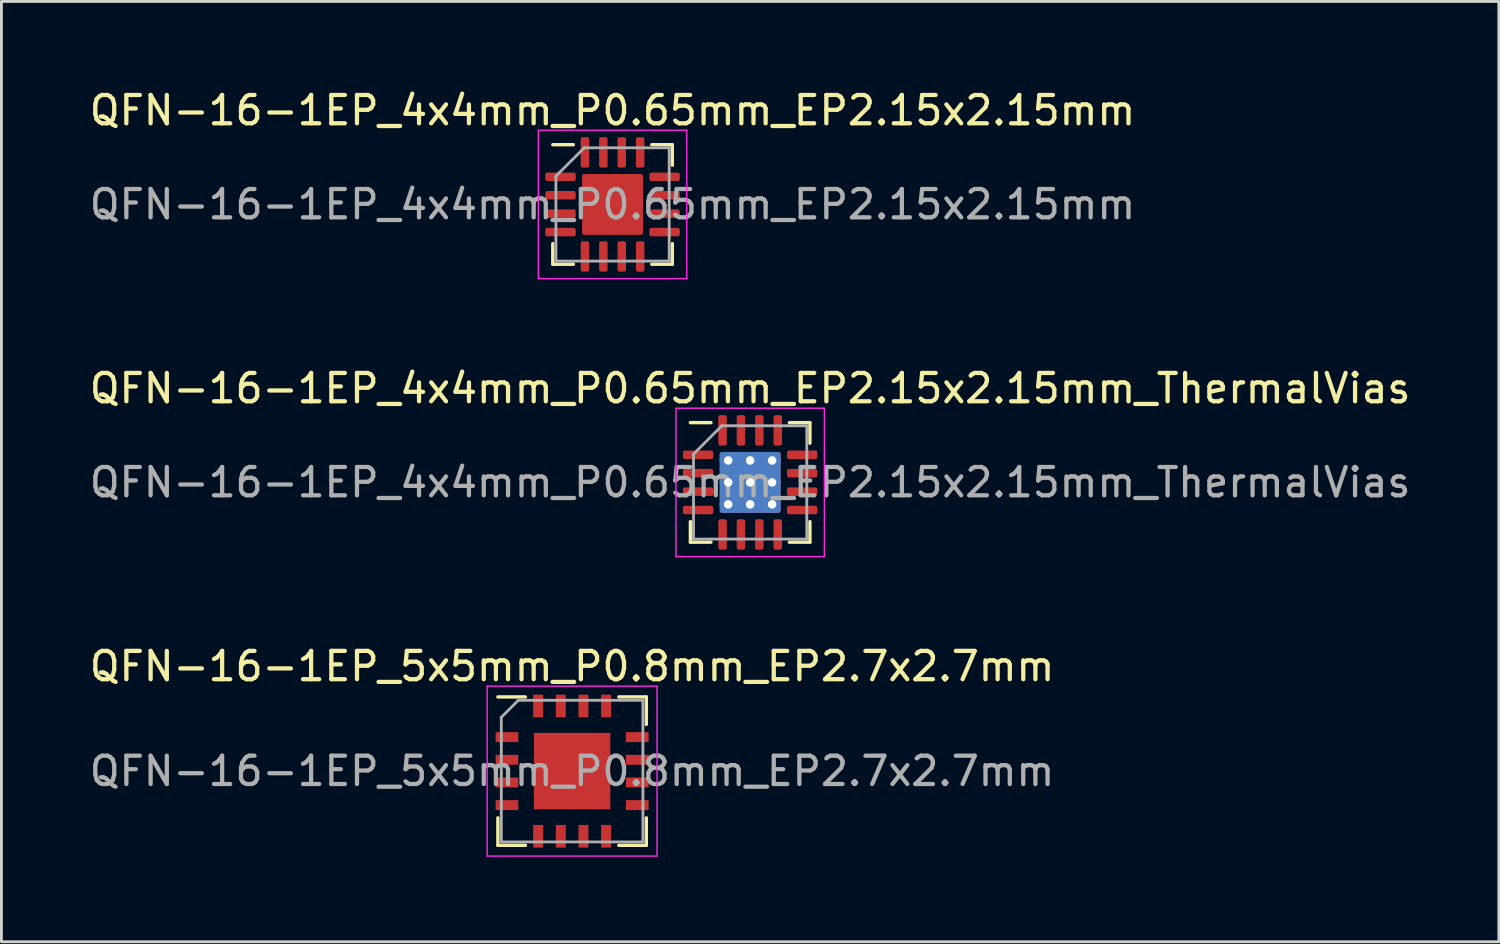
<source format=kicad_pcb>
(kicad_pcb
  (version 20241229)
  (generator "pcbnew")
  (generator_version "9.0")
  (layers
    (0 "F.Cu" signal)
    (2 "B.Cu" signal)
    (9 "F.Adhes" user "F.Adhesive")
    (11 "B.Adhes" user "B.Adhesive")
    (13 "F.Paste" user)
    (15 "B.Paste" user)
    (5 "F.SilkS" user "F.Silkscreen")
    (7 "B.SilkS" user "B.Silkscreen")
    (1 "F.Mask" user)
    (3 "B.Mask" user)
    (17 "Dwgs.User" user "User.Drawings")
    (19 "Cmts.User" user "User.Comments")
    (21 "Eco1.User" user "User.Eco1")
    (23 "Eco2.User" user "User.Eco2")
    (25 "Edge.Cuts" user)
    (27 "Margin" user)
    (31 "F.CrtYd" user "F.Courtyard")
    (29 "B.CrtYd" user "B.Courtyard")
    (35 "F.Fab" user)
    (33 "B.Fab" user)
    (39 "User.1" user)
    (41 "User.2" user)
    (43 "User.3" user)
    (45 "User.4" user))
  (footprint "QFN-16-1EP_4x4mm_P0.65mm_EP2.15x2.15mm"
    (layer "F.Cu")
    (at 18.577 4.168)
    (property "Reference" "QFN-16-1EP_4x4mm_P0.65mm_EP2.15x2.15mm" (at 0 -3.32 0) (layer "F.SilkS") (effects (font (size 1 1) (thickness 0.15))))
    (attr smd)
    (fp_line (start -2.11 2.11) (end -2.11 1.385) (stroke (width 0.12) (type solid)) (layer "F.SilkS"))
    (fp_line (start -1.385 -2.11) (end -2.11 -2.11) (stroke (width 0.12) (type solid)) (layer "F.SilkS"))
    (fp_line (start -1.385 2.11) (end -2.11 2.11) (stroke (width 0.12) (type solid)) (layer "F.SilkS"))
    (fp_line (start 1.385 -2.11) (end 2.11 -2.11) (stroke (width 0.12) (type solid)) (layer "F.SilkS"))
    (fp_line (start 1.385 2.11) (end 2.11 2.11) (stroke (width 0.12) (type solid)) (layer "F.SilkS"))
    (fp_line (start 2.11 -2.11) (end 2.11 -1.385) (stroke (width 0.12) (type solid)) (layer "F.SilkS"))
    (fp_line (start 2.11 2.11) (end 2.11 1.385) (stroke (width 0.12) (type solid)) (layer "F.SilkS"))
    (fp_line (start -2.62 -2.62) (end -2.62 2.62) (stroke (width 0.05) (type solid)) (layer "F.CrtYd"))
    (fp_line (start -2.62 2.62) (end 2.62 2.62) (stroke (width 0.05) (type solid)) (layer "F.CrtYd"))
    (fp_line (start 2.62 -2.62) (end -2.62 -2.62) (stroke (width 0.05) (type solid)) (layer "F.CrtYd"))
    (fp_line (start 2.62 2.62) (end 2.62 -2.62) (stroke (width 0.05) (type solid)) (layer "F.CrtYd"))
    (fp_line (start -2 -1) (end -1 -2) (stroke (width 0.1) (type solid)) (layer "F.Fab"))
    (fp_line (start -2 2) (end -2 -1) (stroke (width 0.1) (type solid)) (layer "F.Fab"))
    (fp_line (start -1 -2) (end 2 -2) (stroke (width 0.1) (type solid)) (layer "F.Fab"))
    (fp_line (start 2 -2) (end 2 2) (stroke (width 0.1) (type solid)) (layer "F.Fab"))
    (fp_line (start 2 2) (end -2 2) (stroke (width 0.1) (type solid)) (layer "F.Fab"))
    (fp_text user "${REFERENCE}" (at 0 0 0) (layer "F.Fab") (effects (font (size 1 1) (thickness 0.15))))
    (pad "" smd roundrect (at -0.54 -0.54) (size 0.87 0.87) (layers "F.Paste") (roundrect_rratio 0.25))
    (pad "" smd roundrect (at -0.54 0.54) (size 0.87 0.87) (layers "F.Paste") (roundrect_rratio 0.25))
    (pad "" smd roundrect (at 0.54 -0.54) (size 0.87 0.87) (layers "F.Paste") (roundrect_rratio 0.25))
    (pad "" smd roundrect (at 0.54 0.54) (size 0.87 0.87) (layers "F.Paste") (roundrect_rratio 0.25))
    (pad "1" smd roundrect (at -1.837 -0.975) (size 1.075 0.3) (layers "F.Cu" "F.Mask" "F.Paste") (roundrect_rratio 0.25))
    (pad "2" smd roundrect (at -1.837 -0.325) (size 1.075 0.3) (layers "F.Cu" "F.Mask" "F.Paste") (roundrect_rratio 0.25))
    (pad "3" smd roundrect (at -1.837 0.325) (size 1.075 0.3) (layers "F.Cu" "F.Mask" "F.Paste") (roundrect_rratio 0.25))
    (pad "4" smd roundrect (at -1.837 0.975) (size 1.075 0.3) (layers "F.Cu" "F.Mask" "F.Paste") (roundrect_rratio 0.25))
    (pad "5" smd roundrect (at -0.975 1.837) (size 0.3 1.075) (layers "F.Cu" "F.Mask" "F.Paste") (roundrect_rratio 0.25))
    (pad "6" smd roundrect (at -0.325 1.837) (size 0.3 1.075) (layers "F.Cu" "F.Mask" "F.Paste") (roundrect_rratio 0.25))
    (pad "7" smd roundrect (at 0.325 1.837) (size 0.3 1.075) (layers "F.Cu" "F.Mask" "F.Paste") (roundrect_rratio 0.25))
    (pad "8" smd roundrect (at 0.975 1.837) (size 0.3 1.075) (layers "F.Cu" "F.Mask" "F.Paste") (roundrect_rratio 0.25))
    (pad "9" smd roundrect (at 1.837 0.975) (size 1.075 0.3) (layers "F.Cu" "F.Mask" "F.Paste") (roundrect_rratio 0.25))
    (pad "10" smd roundrect (at 1.837 0.325) (size 1.075 0.3) (layers "F.Cu" "F.Mask" "F.Paste") (roundrect_rratio 0.25))
    (pad "11" smd roundrect (at 1.837 -0.325) (size 1.075 0.3) (layers "F.Cu" "F.Mask" "F.Paste") (roundrect_rratio 0.25))
    (pad "12" smd roundrect (at 1.837 -0.975) (size 1.075 0.3) (layers "F.Cu" "F.Mask" "F.Paste") (roundrect_rratio 0.25))
    (pad "13" smd roundrect (at 0.975 -1.837) (size 0.3 1.075) (layers "F.Cu" "F.Mask" "F.Paste") (roundrect_rratio 0.25))
    (pad "14" smd roundrect (at 0.325 -1.837) (size 0.3 1.075) (layers "F.Cu" "F.Mask" "F.Paste") (roundrect_rratio 0.25))
    (pad "15" smd roundrect (at -0.325 -1.837) (size 0.3 1.075) (layers "F.Cu" "F.Mask" "F.Paste") (roundrect_rratio 0.25))
    (pad "16" smd roundrect (at -0.975 -1.837) (size 0.3 1.075) (layers "F.Cu" "F.Mask" "F.Paste") (roundrect_rratio 0.25))
    (pad "17" smd roundrect (at 0 0) (size 2.15 2.15) (layers "F.Cu" "F.Mask") (roundrect_rratio 0.035)))
  (footprint "QFN-16-1EP_5x5mm_P0.8mm_EP2.7x2.7mm"
    (layer "F.Cu")
    (at 17.149 24.175)
    (property "Reference" "QFN-16-1EP_5x5mm_P0.8mm_EP2.7x2.7mm" (at 0 -3.7 0) (layer "F.SilkS") (effects (font (size 1 1) (thickness 0.15))))
    (attr smd)
    (fp_line (start -2.62 -2.62) (end -1.65 -2.62) (stroke (width 0.12) (type solid)) (layer "F.SilkS"))
    (fp_line (start -2.62 2.62) (end -2.62 1.65) (stroke (width 0.12) (type solid)) (layer "F.SilkS"))
    (fp_line (start -2.62 2.62) (end -1.65 2.62) (stroke (width 0.12) (type solid)) (layer "F.SilkS"))
    (fp_line (start 2.62 -2.62) (end 1.65 -2.62) (stroke (width 0.12) (type solid)) (layer "F.SilkS"))
    (fp_line (start 2.62 -2.62) (end 2.62 -1.65) (stroke (width 0.12) (type solid)) (layer "F.SilkS"))
    (fp_line (start 2.62 2.62) (end 1.65 2.62) (stroke (width 0.12) (type solid)) (layer "F.SilkS"))
    (fp_line (start 2.62 2.62) (end 2.62 1.65) (stroke (width 0.12) (type solid)) (layer "F.SilkS"))
    (fp_line (start -3 -3) (end -3 3) (stroke (width 0.05) (type solid)) (layer "F.CrtYd"))
    (fp_line (start -3 -3) (end 3 -3) (stroke (width 0.05) (type solid)) (layer "F.CrtYd"))
    (fp_line (start -3 3) (end 3 3) (stroke (width 0.05) (type solid)) (layer "F.CrtYd"))
    (fp_line (start 3 -3) (end 3 3) (stroke (width 0.05) (type solid)) (layer "F.CrtYd"))
    (fp_line (start -2.5 -1.9) (end -1.9 -2.5) (stroke (width 0.1) (type solid)) (layer "F.Fab"))
    (fp_line (start -2.5 2.5) (end -2.5 -1.9) (stroke (width 0.1) (type solid)) (layer "F.Fab"))
    (fp_line (start -1.9 -2.5) (end 2.5 -2.5) (stroke (width 0.1) (type solid)) (layer "F.Fab"))
    (fp_line (start 2.5 -2.5) (end 2.5 2.5) (stroke (width 0.1) (type solid)) (layer "F.Fab"))
    (fp_line (start 2.5 2.5) (end -2.5 2.5) (stroke (width 0.1) (type solid)) (layer "F.Fab"))
    (fp_text user "${REFERENCE}" (at 0 0 0) (layer "F.Fab") (effects (font (size 1 1) (thickness 0.15))))
    (pad "" smd rect (at -0.675 -0.675) (size 1.1 1.1) (layers "F.Paste"))
    (pad "" smd rect (at -0.675 0.675) (size 1.1 1.1) (layers "F.Paste"))
    (pad "" smd rect (at 0.675 -0.675) (size 1.1 1.1) (layers "F.Paste"))
    (pad "" smd rect (at 0.675 0.675) (size 1.1 1.1) (layers "F.Paste"))
    (pad "1" smd rect (at -2.3 -1.2) (size 0.8 0.35) (layers "F.Cu" "F.Mask" "F.Paste"))
    (pad "2" smd rect (at -2.3 -0.4) (size 0.8 0.35) (layers "F.Cu" "F.Mask" "F.Paste"))
    (pad "3" smd rect (at -2.3 0.4) (size 0.8 0.35) (layers "F.Cu" "F.Mask" "F.Paste"))
    (pad "4" smd rect (at -2.3 1.2) (size 0.8 0.35) (layers "F.Cu" "F.Mask" "F.Paste"))
    (pad "5" smd rect (at -1.2 2.3 90) (size 0.8 0.35) (layers "F.Cu" "F.Mask" "F.Paste"))
    (pad "6" smd rect (at -0.4 2.3 90) (size 0.8 0.35) (layers "F.Cu" "F.Mask" "F.Paste"))
    (pad "7" smd rect (at 0.4 2.3 90) (size 0.8 0.35) (layers "F.Cu" "F.Mask" "F.Paste"))
    (pad "8" smd rect (at 1.2 2.3 90) (size 0.8 0.35) (layers "F.Cu" "F.Mask" "F.Paste"))
    (pad "9" smd rect (at 2.3 1.2) (size 0.8 0.35) (layers "F.Cu" "F.Mask" "F.Paste"))
    (pad "10" smd rect (at 2.3 0.4) (size 0.8 0.35) (layers "F.Cu" "F.Mask" "F.Paste"))
    (pad "11" smd rect (at 2.3 -0.4) (size 0.8 0.35) (layers "F.Cu" "F.Mask" "F.Paste"))
    (pad "12" smd rect (at 2.3 -1.2) (size 0.8 0.35) (layers "F.Cu" "F.Mask" "F.Paste"))
    (pad "13" smd rect (at 1.2 -2.3 90) (size 0.8 0.35) (layers "F.Cu" "F.Mask" "F.Paste"))
    (pad "14" smd rect (at 0.4 -2.3 90) (size 0.8 0.35) (layers "F.Cu" "F.Mask" "F.Paste"))
    (pad "15" smd rect (at -0.4 -2.3 90) (size 0.8 0.35) (layers "F.Cu" "F.Mask" "F.Paste"))
    (pad "16" smd rect (at -1.2 -2.3 90) (size 0.8 0.35) (layers "F.Cu" "F.Mask" "F.Paste"))
    (pad "17" smd rect (at 0 0) (size 2.7 2.7) (layers "F.Cu" "F.Mask")))
  (footprint "QFN-16-1EP_4x4mm_P0.65mm_EP2.15x2.15mm_ThermalVias"
    (layer "F.Cu")
    (at 23.435 13.982)
    (property "Reference" "QFN-16-1EP_4x4mm_P0.65mm_EP2.15x2.15mm_ThermalVias" (at 0 -3.32 0) (layer "F.SilkS") (effects (font (size 1 1) (thickness 0.15))))
    (attr smd)
    (fp_line (start -2.11 2.11) (end -2.11 1.385) (stroke (width 0.12) (type solid)) (layer "F.SilkS"))
    (fp_line (start -1.385 -2.11) (end -2.11 -2.11) (stroke (width 0.12) (type solid)) (layer "F.SilkS"))
    (fp_line (start -1.385 2.11) (end -2.11 2.11) (stroke (width 0.12) (type solid)) (layer "F.SilkS"))
    (fp_line (start 1.385 -2.11) (end 2.11 -2.11) (stroke (width 0.12) (type solid)) (layer "F.SilkS"))
    (fp_line (start 1.385 2.11) (end 2.11 2.11) (stroke (width 0.12) (type solid)) (layer "F.SilkS"))
    (fp_line (start 2.11 -2.11) (end 2.11 -1.385) (stroke (width 0.12) (type solid)) (layer "F.SilkS"))
    (fp_line (start 2.11 2.11) (end 2.11 1.385) (stroke (width 0.12) (type solid)) (layer "F.SilkS"))
    (fp_line (start -2.62 -2.62) (end -2.62 2.62) (stroke (width 0.05) (type solid)) (layer "F.CrtYd"))
    (fp_line (start -2.62 2.62) (end 2.62 2.62) (stroke (width 0.05) (type solid)) (layer "F.CrtYd"))
    (fp_line (start 2.62 -2.62) (end -2.62 -2.62) (stroke (width 0.05) (type solid)) (layer "F.CrtYd"))
    (fp_line (start 2.62 2.62) (end 2.62 -2.62) (stroke (width 0.05) (type solid)) (layer "F.CrtYd"))
    (fp_line (start -2 -1) (end -1 -2) (stroke (width 0.1) (type solid)) (layer "F.Fab"))
    (fp_line (start -2 2) (end -2 -1) (stroke (width 0.1) (type solid)) (layer "F.Fab"))
    (fp_line (start -1 -2) (end 2 -2) (stroke (width 0.1) (type solid)) (layer "F.Fab"))
    (fp_line (start 2 -2) (end 2 2) (stroke (width 0.1) (type solid)) (layer "F.Fab"))
    (fp_line (start 2 2) (end -2 2) (stroke (width 0.1) (type solid)) (layer "F.Fab"))
    (fp_text user "${REFERENCE}" (at 0 0 0) (layer "F.Fab") (effects (font (size 1 1) (thickness 0.15))))
    (pad "" smd roundrect (at -0.54 -0.54) (size 0.93 0.93) (layers "F.Paste") (roundrect_rratio 0.25))
    (pad "" smd roundrect (at -0.54 0.54) (size 0.93 0.93) (layers "F.Paste") (roundrect_rratio 0.25))
    (pad "" smd roundrect (at 0.54 -0.54) (size 0.93 0.93) (layers "F.Paste") (roundrect_rratio 0.25))
    (pad "" smd roundrect (at 0.54 0.54) (size 0.93 0.93) (layers "F.Paste") (roundrect_rratio 0.25))
    (pad "1" smd roundrect (at -1.837 -0.975) (size 1.075 0.3) (layers "F.Cu" "F.Mask" "F.Paste") (roundrect_rratio 0.25))
    (pad "2" smd roundrect (at -1.837 -0.325) (size 1.075 0.3) (layers "F.Cu" "F.Mask" "F.Paste") (roundrect_rratio 0.25))
    (pad "3" smd roundrect (at -1.837 0.325) (size 1.075 0.3) (layers "F.Cu" "F.Mask" "F.Paste") (roundrect_rratio 0.25))
    (pad "4" smd roundrect (at -1.837 0.975) (size 1.075 0.3) (layers "F.Cu" "F.Mask" "F.Paste") (roundrect_rratio 0.25))
    (pad "5" smd roundrect (at -0.975 1.837) (size 0.3 1.075) (layers "F.Cu" "F.Mask" "F.Paste") (roundrect_rratio 0.25))
    (pad "6" smd roundrect (at -0.325 1.837) (size 0.3 1.075) (layers "F.Cu" "F.Mask" "F.Paste") (roundrect_rratio 0.25))
    (pad "7" smd roundrect (at 0.325 1.837) (size 0.3 1.075) (layers "F.Cu" "F.Mask" "F.Paste") (roundrect_rratio 0.25))
    (pad "8" smd roundrect (at 0.975 1.837) (size 0.3 1.075) (layers "F.Cu" "F.Mask" "F.Paste") (roundrect_rratio 0.25))
    (pad "9" smd roundrect (at 1.837 0.975) (size 1.075 0.3) (layers "F.Cu" "F.Mask" "F.Paste") (roundrect_rratio 0.25))
    (pad "10" smd roundrect (at 1.837 0.325) (size 1.075 0.3) (layers "F.Cu" "F.Mask" "F.Paste") (roundrect_rratio 0.25))
    (pad "11" smd roundrect (at 1.837 -0.325) (size 1.075 0.3) (layers "F.Cu" "F.Mask" "F.Paste") (roundrect_rratio 0.25))
    (pad "12" smd roundrect (at 1.837 -0.975) (size 1.075 0.3) (layers "F.Cu" "F.Mask" "F.Paste") (roundrect_rratio 0.25))
    (pad "13" smd roundrect (at 0.975 -1.837) (size 0.3 1.075) (layers "F.Cu" "F.Mask" "F.Paste") (roundrect_rratio 0.25))
    (pad "14" smd roundrect (at 0.325 -1.837) (size 0.3 1.075) (layers "F.Cu" "F.Mask" "F.Paste") (roundrect_rratio 0.25))
    (pad "15" smd roundrect (at -0.325 -1.837) (size 0.3 1.075) (layers "F.Cu" "F.Mask" "F.Paste") (roundrect_rratio 0.25))
    (pad "16" smd roundrect (at -0.975 -1.837) (size 0.3 1.075) (layers "F.Cu" "F.Mask" "F.Paste") (roundrect_rratio 0.25))
    (pad "17" thru_hole circle (at -0.775 -0.775) (size 0.6 0.6) (drill 0.3) (layers "*.Cu"))
    (pad "17" thru_hole circle (at -0.775 0) (size 0.6 0.6) (drill 0.3) (layers "*.Cu"))
    (pad "17" thru_hole circle (at -0.775 0.775) (size 0.6 0.6) (drill 0.3) (layers "*.Cu"))
    (pad "17" thru_hole circle (at 0 -0.775) (size 0.6 0.6) (drill 0.3) (layers "*.Cu"))
    (pad "17" thru_hole circle (at 0 0) (size 0.6 0.6) (drill 0.3) (layers "*.Cu"))
    (pad "17" smd roundrect (at 0 0) (size 2.15 2.15) (layers "F.Cu" "F.Mask") (roundrect_rratio 0.035))
    (pad "17" smd roundrect (at 0 0) (size 2.15 2.15) (layers "B.Cu") (roundrect_rratio 0.035))
    (pad "17" thru_hole circle (at 0 0.775) (size 0.6 0.6) (drill 0.3) (layers "*.Cu"))
    (pad "17" thru_hole circle (at 0.775 -0.775) (size 0.6 0.6) (drill 0.3) (layers "*.Cu"))
    (pad "17" thru_hole circle (at 0.775 0) (size 0.6 0.6) (drill 0.3) (layers "*.Cu"))
    (pad "17" thru_hole circle (at 0.775 0.775) (size 0.6 0.6) (drill 0.3) (layers "*.Cu")))
  (gr_rect
    (start -3 -3)
    (end 49.869 30.2)
    (stroke (width 0.1) (type default))
    (fill no)
    (layer "Edge.Cuts")))
</source>
